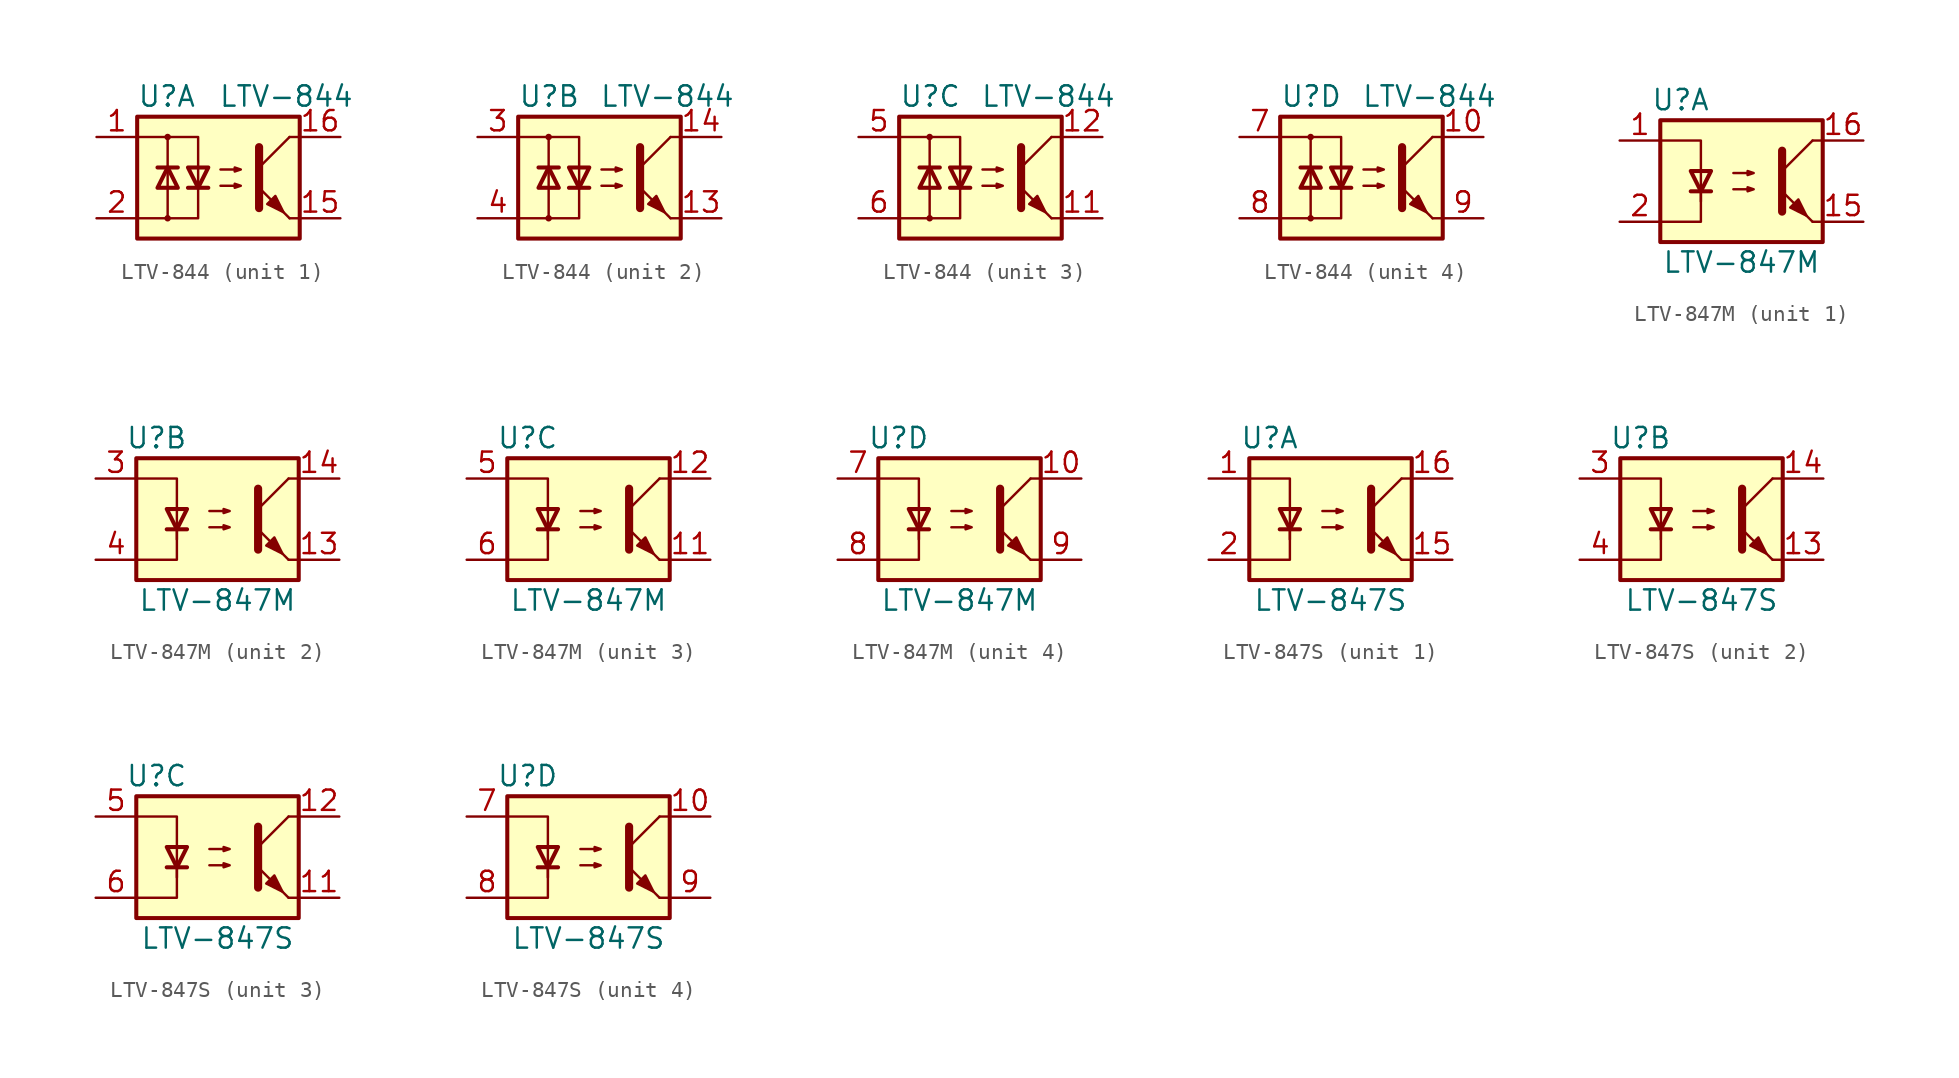
<source format=kicad_sym>
(kicad_symbol_lib
  (version 20241209)
  (generator "kicad_symbol_editor")
  (generator_version "9.0")
  (symbol "LTV-844"
    (pin_names
      (offset 1.016))
    (property "Reference" "U"
      (at -5.08 5.08 0)
      (effects (font (size 1.27 1.27)) (justify left)))
    (property "Value" "LTV-844"
      (at 0 5.08 0)
      (effects (font (size 1.27 1.27)) (justify left)))
    (symbol "LTV-844_0_1"
      (rectangle (start -5.08 3.81) (end 5.08 -3.81) (stroke (width 0.254) (type default)) (fill (type background)))
      (polyline (pts (xy -5.08 2.54) (xy -1.27 2.54) (xy -1.27 -0.635)) (stroke (width 0) (type default)) (fill (type none)))
      (polyline (pts (xy -3.81 0.635) (xy -2.54 0.635)) (stroke (width 0.254) (type default)) (fill (type none)))
      (circle (center -3.175 2.54) (radius 0.127) (stroke (width 0) (type default)) (fill (type none)))
      (polyline (pts (xy -3.175 0.635) (xy -3.175 2.54)) (stroke (width 0) (type default)) (fill (type none)))
      (polyline (pts (xy -3.175 0.635) (xy -3.175 -2.54)) (stroke (width 0) (type default)) (fill (type none)))
      (polyline (pts (xy -3.175 0.635) (xy -3.81 -0.635) (xy -2.54 -0.635) (xy -3.175 0.635)) (stroke (width 0.254) (type default)) (fill (type none)))
      (circle (center -3.175 -2.54) (radius 0.127) (stroke (width 0) (type default)) (fill (type none)))
      (polyline (pts (xy -1.905 -0.635) (xy -0.635 -0.635)) (stroke (width 0.254) (type default)) (fill (type none)))
      (polyline (pts (xy -1.27 -0.635) (xy -1.27 -2.54) (xy -5.08 -2.54)) (stroke (width 0) (type default)) (fill (type none)))
      (polyline (pts (xy -1.27 -0.635) (xy -1.905 0.635) (xy -0.635 0.635) (xy -1.27 -0.635)) (stroke (width 0.254) (type default)) (fill (type none)))
      (polyline (pts (xy 0.127 0.508) (xy 1.397 0.508) (xy 1.016 0.381) (xy 1.016 0.635) (xy 1.397 0.508)) (stroke (width 0) (type default)) (fill (type none)))
      (polyline (pts (xy 0.127 -0.508) (xy 1.397 -0.508) (xy 1.016 -0.635) (xy 1.016 -0.381) (xy 1.397 -0.508)) (stroke (width 0) (type default)) (fill (type none)))
      (polyline (pts (xy 2.54 1.905) (xy 2.54 -1.905) (xy 2.54 -1.905)) (stroke (width 0.508) (type default)) (fill (type none)))
      (polyline (pts (xy 2.54 0.635) (xy 4.445 2.54)) (stroke (width 0) (type default)) (fill (type none)))
      (polyline (pts (xy 3.048 -1.651) (xy 3.556 -1.143) (xy 4.064 -2.159) (xy 3.048 -1.651) (xy 3.048 -1.651)) (stroke (width 0) (type default)) (fill (type outline)))
      (polyline (pts (xy 4.445 2.54) (xy 5.08 2.54)) (stroke (width 0) (type default)) (fill (type none)))
      (polyline (pts (xy 4.445 -2.54) (xy 2.54 -0.635)) (stroke (width 0) (type default)) (fill (type outline)))
      (polyline (pts (xy 4.445 -2.54) (xy 5.08 -2.54)) (stroke (width 0) (type default)) (fill (type none))))
    (symbol "LTV-844_1_1"
      (pin passive line (at -7.62 2.54 0) (length 2.54) (name "~" (effects (font (size 1.27 1.27)))) (number "1" (effects (font (size 1.27 1.27)))))
      (pin passive line (at -7.62 -2.54 0) (length 2.54) (name "~" (effects (font (size 1.27 1.27)))) (number "2" (effects (font (size 1.27 1.27)))))
      (pin passive line (at 7.62 2.54 180) (length 2.54) (name "~" (effects (font (size 1.27 1.27)))) (number "16" (effects (font (size 1.27 1.27)))))
      (pin passive line (at 7.62 -2.54 180) (length 2.54) (name "~" (effects (font (size 1.27 1.27)))) (number "15" (effects (font (size 1.27 1.27))))))
    (symbol "LTV-844_2_1"
      (pin passive line (at -7.62 2.54 0) (length 2.54) (name "~" (effects (font (size 1.27 1.27)))) (number "3" (effects (font (size 1.27 1.27)))))
      (pin passive line (at -7.62 -2.54 0) (length 2.54) (name "~" (effects (font (size 1.27 1.27)))) (number "4" (effects (font (size 1.27 1.27)))))
      (pin passive line (at 7.62 2.54 180) (length 2.54) (name "~" (effects (font (size 1.27 1.27)))) (number "14" (effects (font (size 1.27 1.27)))))
      (pin passive line (at 7.62 -2.54 180) (length 2.54) (name "~" (effects (font (size 1.27 1.27)))) (number "13" (effects (font (size 1.27 1.27))))))
    (symbol "LTV-844_3_1"
      (pin passive line (at -7.62 2.54 0) (length 2.54) (name "~" (effects (font (size 1.27 1.27)))) (number "5" (effects (font (size 1.27 1.27)))))
      (pin passive line (at -7.62 -2.54 0) (length 2.54) (name "~" (effects (font (size 1.27 1.27)))) (number "6" (effects (font (size 1.27 1.27)))))
      (pin passive line (at 7.62 2.54 180) (length 2.54) (name "~" (effects (font (size 1.27 1.27)))) (number "12" (effects (font (size 1.27 1.27)))))
      (pin passive line (at 7.62 -2.54 180) (length 2.54) (name "~" (effects (font (size 1.27 1.27)))) (number "11" (effects (font (size 1.27 1.27))))))
    (symbol "LTV-844_4_1"
      (pin passive line (at -7.62 2.54 0) (length 2.54) (name "~" (effects (font (size 1.27 1.27)))) (number "7" (effects (font (size 1.27 1.27)))))
      (pin passive line (at -7.62 -2.54 0) (length 2.54) (name "~" (effects (font (size 1.27 1.27)))) (number "8" (effects (font (size 1.27 1.27)))))
      (pin passive line (at 7.62 2.54 180) (length 2.54) (name "~" (effects (font (size 1.27 1.27)))) (number "10" (effects (font (size 1.27 1.27)))))
      (pin passive line (at 7.62 -2.54 180) (length 2.54) (name "~" (effects (font (size 1.27 1.27)))) (number "9" (effects (font (size 1.27 1.27)))))))
  (symbol "LTV-847M"
    (pin_names
      (offset 1.016))
    (property "Reference" "U"
      (at -3.81 5.08 0)
      (effects (font (size 1.27 1.27))))
    (property "Value" "LTV-847M"
      (at 0 -5.08 0)
      (effects (font (size 1.27 1.27))))
    (symbol "LTV-847M_0_1"
      (rectangle (start -5.08 3.81) (end 5.08 -3.81) (stroke (width 0.254) (type default)) (fill (type background)))
      (polyline (pts (xy -5.08 2.54) (xy -2.54 2.54) (xy -2.54 -1.27) (xy -2.54 0.635)) (stroke (width 0) (type default)) (fill (type none)))
      (polyline (pts (xy -3.175 -0.635) (xy -1.905 -0.635)) (stroke (width 0.254) (type default)) (fill (type none)))
      (polyline (pts (xy -2.54 -0.635) (xy -2.54 -2.54) (xy -5.08 -2.54)) (stroke (width 0) (type default)) (fill (type none)))
      (polyline (pts (xy -2.54 -0.635) (xy -3.175 0.635) (xy -1.905 0.635) (xy -2.54 -0.635)) (stroke (width 0.254) (type default)) (fill (type none)))
      (polyline (pts (xy -0.508 0.508) (xy 0.762 0.508) (xy 0.381 0.381) (xy 0.381 0.635) (xy 0.762 0.508)) (stroke (width 0) (type default)) (fill (type none)))
      (polyline (pts (xy -0.508 -0.508) (xy 0.762 -0.508) (xy 0.381 -0.635) (xy 0.381 -0.381) (xy 0.762 -0.508)) (stroke (width 0) (type default)) (fill (type none)))
      (polyline (pts (xy 2.54 1.905) (xy 2.54 -1.905) (xy 2.54 -1.905)) (stroke (width 0.508) (type default)) (fill (type none)))
      (polyline (pts (xy 2.54 0.635) (xy 4.445 2.54)) (stroke (width 0) (type default)) (fill (type none)))
      (polyline (pts (xy 3.048 -1.651) (xy 3.556 -1.143) (xy 4.064 -2.159) (xy 3.048 -1.651) (xy 3.048 -1.651)) (stroke (width 0) (type default)) (fill (type outline)))
      (polyline (pts (xy 4.445 2.54) (xy 5.08 2.54)) (stroke (width 0) (type default)) (fill (type none)))
      (polyline (pts (xy 4.445 -2.54) (xy 2.54 -0.635)) (stroke (width 0) (type default)) (fill (type outline)))
      (polyline (pts (xy 4.445 -2.54) (xy 5.08 -2.54)) (stroke (width 0) (type default)) (fill (type none))))
    (symbol "LTV-847M_1_1"
      (pin passive line (at -7.62 2.54 0) (length 2.54) (name "~" (effects (font (size 1.27 1.27)))) (number "1" (effects (font (size 1.27 1.27)))))
      (pin passive line (at -7.62 -2.54 0) (length 2.54) (name "~" (effects (font (size 1.27 1.27)))) (number "2" (effects (font (size 1.27 1.27)))))
      (pin passive line (at 7.62 2.54 180) (length 2.54) (name "~" (effects (font (size 1.27 1.27)))) (number "16" (effects (font (size 1.27 1.27)))))
      (pin passive line (at 7.62 -2.54 180) (length 2.54) (name "~" (effects (font (size 1.27 1.27)))) (number "15" (effects (font (size 1.27 1.27))))))
    (symbol "LTV-847M_2_1"
      (pin passive line (at -7.62 2.54 0) (length 2.54) (name "~" (effects (font (size 1.27 1.27)))) (number "3" (effects (font (size 1.27 1.27)))))
      (pin passive line (at -7.62 -2.54 0) (length 2.54) (name "~" (effects (font (size 1.27 1.27)))) (number "4" (effects (font (size 1.27 1.27)))))
      (pin passive line (at 7.62 2.54 180) (length 2.54) (name "~" (effects (font (size 1.27 1.27)))) (number "14" (effects (font (size 1.27 1.27)))))
      (pin passive line (at 7.62 -2.54 180) (length 2.54) (name "~" (effects (font (size 1.27 1.27)))) (number "13" (effects (font (size 1.27 1.27))))))
    (symbol "LTV-847M_3_1"
      (pin passive line (at -7.62 2.54 0) (length 2.54) (name "~" (effects (font (size 1.27 1.27)))) (number "5" (effects (font (size 1.27 1.27)))))
      (pin passive line (at -7.62 -2.54 0) (length 2.54) (name "~" (effects (font (size 1.27 1.27)))) (number "6" (effects (font (size 1.27 1.27)))))
      (pin passive line (at 7.62 2.54 180) (length 2.54) (name "~" (effects (font (size 1.27 1.27)))) (number "12" (effects (font (size 1.27 1.27)))))
      (pin passive line (at 7.62 -2.54 180) (length 2.54) (name "~" (effects (font (size 1.27 1.27)))) (number "11" (effects (font (size 1.27 1.27))))))
    (symbol "LTV-847M_4_1"
      (pin passive line (at -7.62 2.54 0) (length 2.54) (name "~" (effects (font (size 1.27 1.27)))) (number "7" (effects (font (size 1.27 1.27)))))
      (pin passive line (at -7.62 -2.54 0) (length 2.54) (name "~" (effects (font (size 1.27 1.27)))) (number "8" (effects (font (size 1.27 1.27)))))
      (pin passive line (at 7.62 2.54 180) (length 2.54) (name "~" (effects (font (size 1.27 1.27)))) (number "10" (effects (font (size 1.27 1.27)))))
      (pin passive line (at 7.62 -2.54 180) (length 2.54) (name "~" (effects (font (size 1.27 1.27)))) (number "9" (effects (font (size 1.27 1.27)))))))
  (symbol "LTV-847S"
    (pin_names
      (offset 1.016))
    (property "Reference" "U"
      (at -3.81 5.08 0)
      (effects (font (size 1.27 1.27))))
    (property "Value" "LTV-847S"
      (at 0 -5.08 0)
      (effects (font (size 1.27 1.27))))
    (symbol "LTV-847S_0_1"
      (rectangle (start -5.08 3.81) (end 5.08 -3.81) (stroke (width 0.254) (type default)) (fill (type background)))
      (polyline (pts (xy -5.08 2.54) (xy -2.54 2.54) (xy -2.54 -1.27) (xy -2.54 0.635)) (stroke (width 0) (type default)) (fill (type none)))
      (polyline (pts (xy -3.175 -0.635) (xy -1.905 -0.635)) (stroke (width 0.254) (type default)) (fill (type none)))
      (polyline (pts (xy -2.54 -0.635) (xy -2.54 -2.54) (xy -5.08 -2.54)) (stroke (width 0) (type default)) (fill (type none)))
      (polyline (pts (xy -2.54 -0.635) (xy -3.175 0.635) (xy -1.905 0.635) (xy -2.54 -0.635)) (stroke (width 0.254) (type default)) (fill (type none)))
      (polyline (pts (xy -0.508 0.508) (xy 0.762 0.508) (xy 0.381 0.381) (xy 0.381 0.635) (xy 0.762 0.508)) (stroke (width 0) (type default)) (fill (type none)))
      (polyline (pts (xy -0.508 -0.508) (xy 0.762 -0.508) (xy 0.381 -0.635) (xy 0.381 -0.381) (xy 0.762 -0.508)) (stroke (width 0) (type default)) (fill (type none)))
      (polyline (pts (xy 2.54 1.905) (xy 2.54 -1.905) (xy 2.54 -1.905)) (stroke (width 0.508) (type default)) (fill (type none)))
      (polyline (pts (xy 2.54 0.635) (xy 4.445 2.54)) (stroke (width 0) (type default)) (fill (type none)))
      (polyline (pts (xy 3.048 -1.651) (xy 3.556 -1.143) (xy 4.064 -2.159) (xy 3.048 -1.651) (xy 3.048 -1.651)) (stroke (width 0) (type default)) (fill (type outline)))
      (polyline (pts (xy 4.445 2.54) (xy 5.08 2.54)) (stroke (width 0) (type default)) (fill (type none)))
      (polyline (pts (xy 4.445 -2.54) (xy 2.54 -0.635)) (stroke (width 0) (type default)) (fill (type outline)))
      (polyline (pts (xy 4.445 -2.54) (xy 5.08 -2.54)) (stroke (width 0) (type default)) (fill (type none))))
    (symbol "LTV-847S_1_1"
      (pin passive line (at -7.62 2.54 0) (length 2.54) (name "~" (effects (font (size 1.27 1.27)))) (number "1" (effects (font (size 1.27 1.27)))))
      (pin passive line (at -7.62 -2.54 0) (length 2.54) (name "~" (effects (font (size 1.27 1.27)))) (number "2" (effects (font (size 1.27 1.27)))))
      (pin passive line (at 7.62 2.54 180) (length 2.54) (name "~" (effects (font (size 1.27 1.27)))) (number "16" (effects (font (size 1.27 1.27)))))
      (pin passive line (at 7.62 -2.54 180) (length 2.54) (name "~" (effects (font (size 1.27 1.27)))) (number "15" (effects (font (size 1.27 1.27))))))
    (symbol "LTV-847S_2_1"
      (pin passive line (at -7.62 2.54 0) (length 2.54) (name "~" (effects (font (size 1.27 1.27)))) (number "3" (effects (font (size 1.27 1.27)))))
      (pin passive line (at -7.62 -2.54 0) (length 2.54) (name "~" (effects (font (size 1.27 1.27)))) (number "4" (effects (font (size 1.27 1.27)))))
      (pin passive line (at 7.62 2.54 180) (length 2.54) (name "~" (effects (font (size 1.27 1.27)))) (number "14" (effects (font (size 1.27 1.27)))))
      (pin passive line (at 7.62 -2.54 180) (length 2.54) (name "~" (effects (font (size 1.27 1.27)))) (number "13" (effects (font (size 1.27 1.27))))))
    (symbol "LTV-847S_3_1"
      (pin passive line (at -7.62 2.54 0) (length 2.54) (name "~" (effects (font (size 1.27 1.27)))) (number "5" (effects (font (size 1.27 1.27)))))
      (pin passive line (at -7.62 -2.54 0) (length 2.54) (name "~" (effects (font (size 1.27 1.27)))) (number "6" (effects (font (size 1.27 1.27)))))
      (pin passive line (at 7.62 2.54 180) (length 2.54) (name "~" (effects (font (size 1.27 1.27)))) (number "12" (effects (font (size 1.27 1.27)))))
      (pin passive line (at 7.62 -2.54 180) (length 2.54) (name "~" (effects (font (size 1.27 1.27)))) (number "11" (effects (font (size 1.27 1.27))))))
    (symbol "LTV-847S_4_1"
      (pin passive line (at -7.62 2.54 0) (length 2.54) (name "~" (effects (font (size 1.27 1.27)))) (number "7" (effects (font (size 1.27 1.27)))))
      (pin passive line (at -7.62 -2.54 0) (length 2.54) (name "~" (effects (font (size 1.27 1.27)))) (number "8" (effects (font (size 1.27 1.27)))))
      (pin passive line (at 7.62 2.54 180) (length 2.54) (name "~" (effects (font (size 1.27 1.27)))) (number "10" (effects (font (size 1.27 1.27)))))
      (pin passive line (at 7.62 -2.54 180) (length 2.54) (name "~" (effects (font (size 1.27 1.27)))) (number "9" (effects (font (size 1.27 1.27))))))))
</source>
